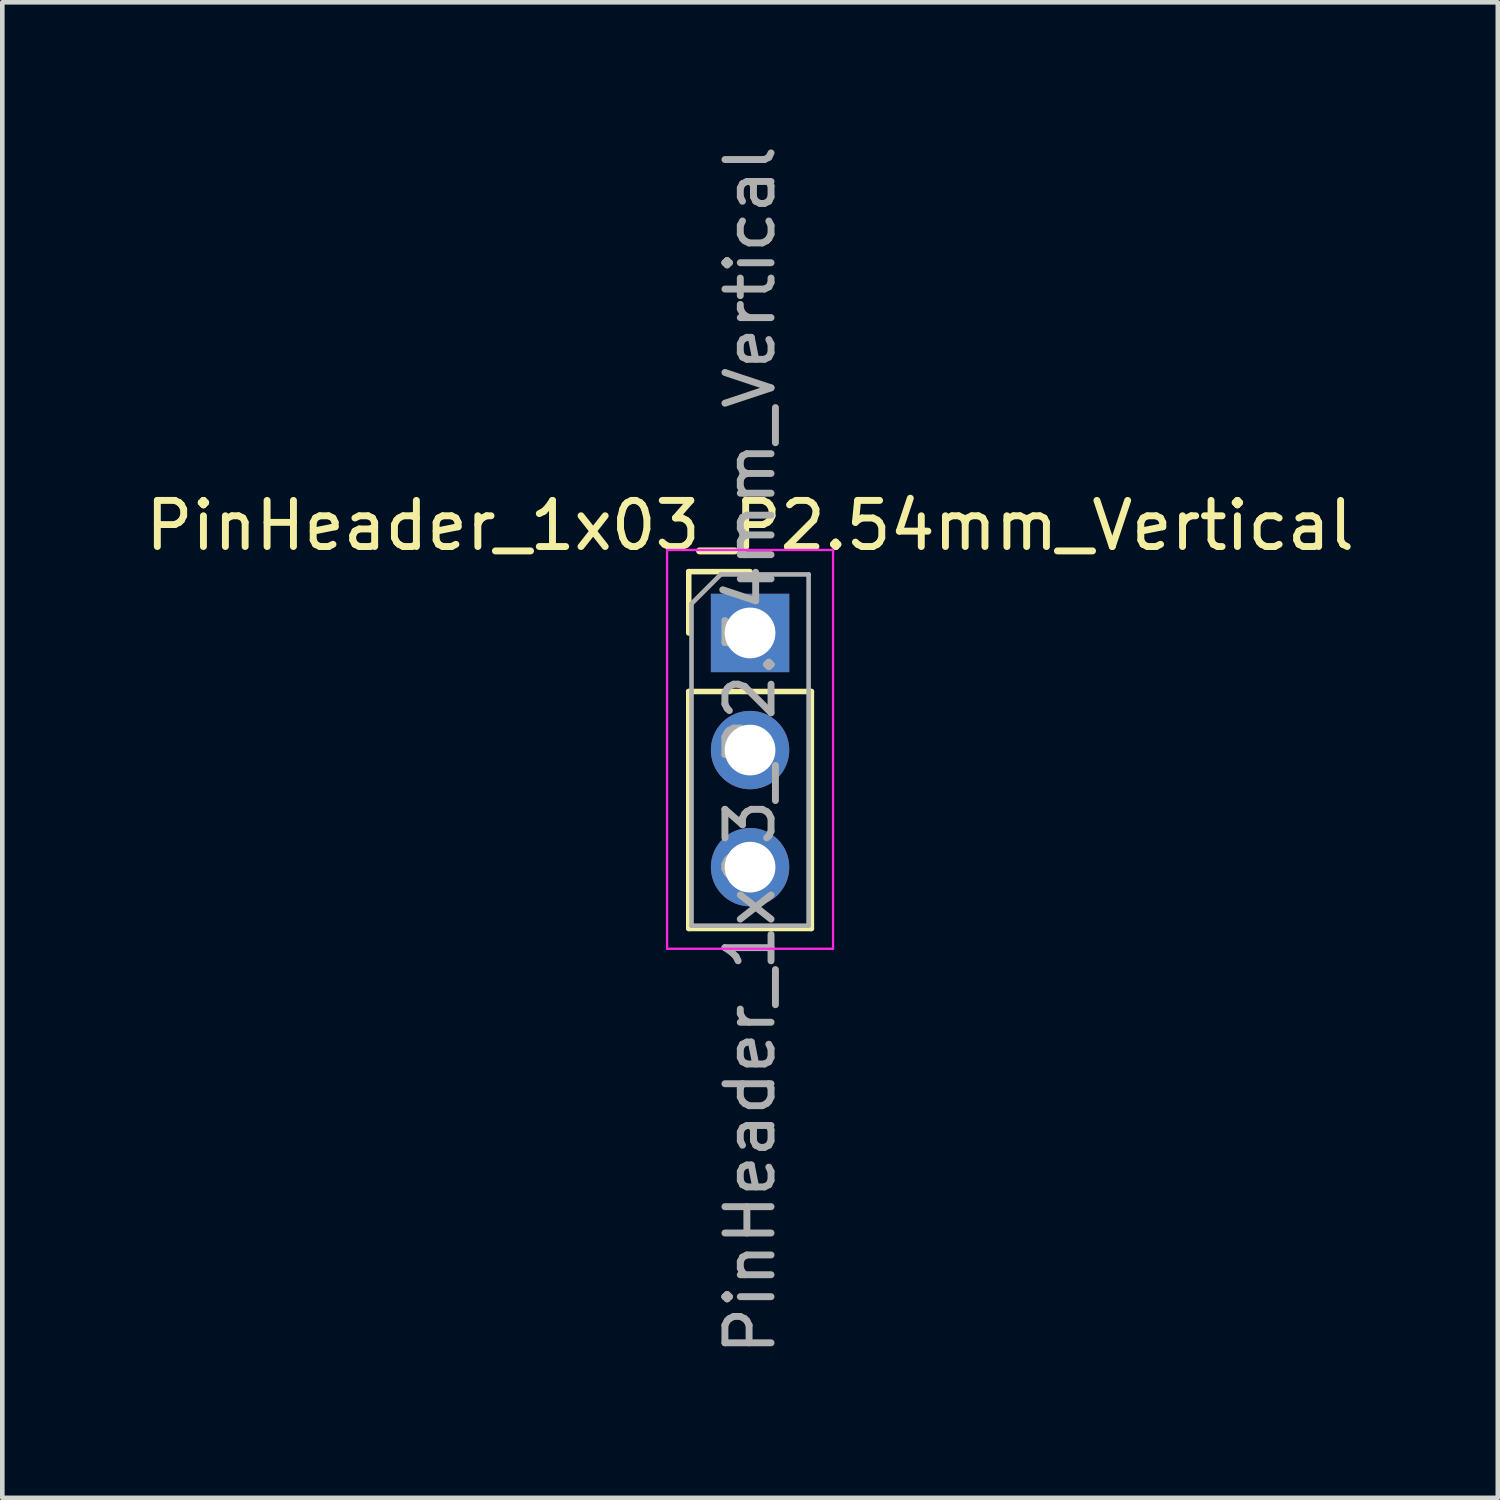
<source format=kicad_pcb>
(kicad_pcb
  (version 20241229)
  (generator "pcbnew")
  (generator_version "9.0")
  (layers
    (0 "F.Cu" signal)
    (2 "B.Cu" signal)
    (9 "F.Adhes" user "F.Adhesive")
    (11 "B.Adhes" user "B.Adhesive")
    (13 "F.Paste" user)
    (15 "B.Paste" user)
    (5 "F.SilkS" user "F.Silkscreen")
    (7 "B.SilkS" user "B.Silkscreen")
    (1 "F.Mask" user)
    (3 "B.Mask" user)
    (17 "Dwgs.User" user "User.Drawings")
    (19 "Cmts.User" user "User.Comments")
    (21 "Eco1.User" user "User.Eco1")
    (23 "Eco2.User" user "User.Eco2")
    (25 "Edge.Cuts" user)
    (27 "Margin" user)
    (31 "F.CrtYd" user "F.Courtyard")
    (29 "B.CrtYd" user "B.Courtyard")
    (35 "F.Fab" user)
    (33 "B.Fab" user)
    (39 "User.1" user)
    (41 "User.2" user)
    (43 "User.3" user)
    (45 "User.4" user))
  (footprint "PinHeader_1x03_P2.54mm_Vertical"
    (layer "F.Cu")
    (at 13.22 10.68)
    (property "Reference" "PinHeader_1x03_P2.54mm_Vertical" (at 0 -2.33 0) (layer "F.SilkS") (effects (font (size 1 1) (thickness 0.15))))
    (attr through_hole)
    (fp_line (start -1.33 -1.33) (end 0 -1.33) (stroke (width 0.12) (type solid)) (layer "F.SilkS"))
    (fp_line (start -1.33 0) (end -1.33 -1.33) (stroke (width 0.12) (type solid)) (layer "F.SilkS"))
    (fp_line (start -1.33 1.27) (end -1.33 6.41) (stroke (width 0.12) (type solid)) (layer "F.SilkS"))
    (fp_line (start -1.33 1.27) (end 1.33 1.27) (stroke (width 0.12) (type solid)) (layer "F.SilkS"))
    (fp_line (start -1.33 6.41) (end 1.33 6.41) (stroke (width 0.12) (type solid)) (layer "F.SilkS"))
    (fp_line (start 1.33 1.27) (end 1.33 6.41) (stroke (width 0.12) (type solid)) (layer "F.SilkS"))
    (fp_line (start -1.8 -1.8) (end -1.8 6.85) (stroke (width 0.05) (type solid)) (layer "F.CrtYd"))
    (fp_line (start -1.8 6.85) (end 1.8 6.85) (stroke (width 0.05) (type solid)) (layer "F.CrtYd"))
    (fp_line (start 1.8 -1.8) (end -1.8 -1.8) (stroke (width 0.05) (type solid)) (layer "F.CrtYd"))
    (fp_line (start 1.8 6.85) (end 1.8 -1.8) (stroke (width 0.05) (type solid)) (layer "F.CrtYd"))
    (fp_line (start -1.27 -0.635) (end -0.635 -1.27) (stroke (width 0.1) (type solid)) (layer "F.Fab"))
    (fp_line (start -1.27 6.35) (end -1.27 -0.635) (stroke (width 0.1) (type solid)) (layer "F.Fab"))
    (fp_line (start -0.635 -1.27) (end 1.27 -1.27) (stroke (width 0.1) (type solid)) (layer "F.Fab"))
    (fp_line (start 1.27 -1.27) (end 1.27 6.35) (stroke (width 0.1) (type solid)) (layer "F.Fab"))
    (fp_line (start 1.27 6.35) (end -1.27 6.35) (stroke (width 0.1) (type solid)) (layer "F.Fab"))
    (fp_text user "${REFERENCE}" (at 0 2.54 90) (layer "F.Fab") (effects (font (size 1 1) (thickness 0.15))))
    (pad "1" thru_hole rect (at 0 0) (size 1.7 1.7) (drill 1.1) (layers "*.Cu" "*.Mask"))
    (pad "2" thru_hole oval (at 0 2.54) (size 1.7 1.7) (drill 1.1) (layers "*.Cu" "*.Mask"))
    (pad "3" thru_hole oval (at 0 5.08) (size 1.7 1.7) (drill 1.1) (layers "*.Cu" "*.Mask")))
  (gr_rect
    (start -3 -3)
    (end 29.44 29.44)
    (stroke (width 0.1) (type default))
    (fill no)
    (layer "Edge.Cuts")))
</source>
